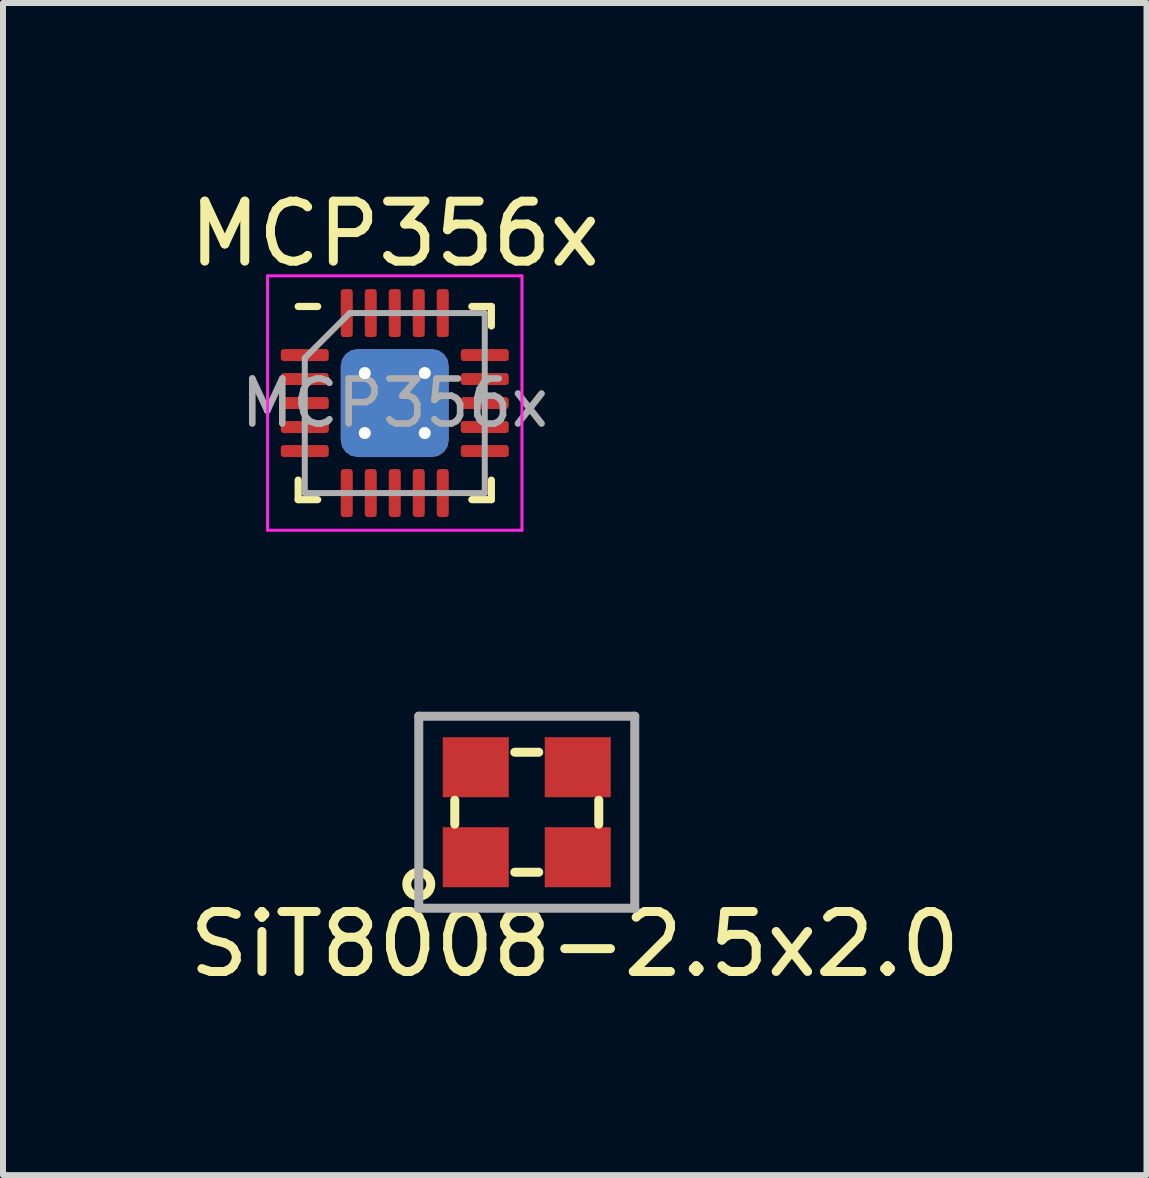
<source format=kicad_pcb>
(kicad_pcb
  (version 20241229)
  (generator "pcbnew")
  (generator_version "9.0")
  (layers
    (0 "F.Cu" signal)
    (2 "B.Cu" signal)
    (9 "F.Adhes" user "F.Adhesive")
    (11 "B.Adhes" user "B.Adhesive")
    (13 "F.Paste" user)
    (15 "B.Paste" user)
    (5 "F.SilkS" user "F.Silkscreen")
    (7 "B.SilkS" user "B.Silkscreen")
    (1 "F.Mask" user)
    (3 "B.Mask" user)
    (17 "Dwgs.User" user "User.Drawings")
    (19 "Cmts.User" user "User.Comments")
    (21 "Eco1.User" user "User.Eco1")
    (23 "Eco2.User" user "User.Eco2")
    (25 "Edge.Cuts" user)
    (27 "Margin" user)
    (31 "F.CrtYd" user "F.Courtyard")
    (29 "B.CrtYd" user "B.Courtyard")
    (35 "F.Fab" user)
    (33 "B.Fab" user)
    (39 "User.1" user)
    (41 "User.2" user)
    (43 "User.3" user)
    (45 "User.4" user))
  (footprint "SiT8008-2.5x2.0"
    (layer "F.Cu")
    (at 5.73 10.488)
    (property "Reference" "SiT8008-2.5x2.0" (at 0.8 2.2 0) (layer "F.SilkS") (effects (font (size 1 1) (thickness 0.15))))
    (attr through_hole)
    (fp_line (start -1.2 0.2) (end -1.2 -0.2) (stroke (width 0.15) (type solid)) (layer "F.SilkS"))
    (fp_line (start -0.2 -1) (end 0.2 -1) (stroke (width 0.15) (type solid)) (layer "F.SilkS"))
    (fp_line (start -0.2 1) (end 0.2 1) (stroke (width 0.15) (type solid)) (layer "F.SilkS"))
    (fp_line (start 1.2 0.2) (end 1.2 -0.2) (stroke (width 0.15) (type solid)) (layer "F.SilkS"))
    (fp_circle (center -1.8 1.2) (end -1.6 1.2) (stroke (width 0.15) (type solid)) (fill no) (layer "F.SilkS"))
    (fp_line (start -1.8 -1.6) (end -1.8 1.6) (stroke (width 0.15) (type solid)) (layer "F.Fab"))
    (fp_line (start -1.8 1.6) (end 1.8 1.6) (stroke (width 0.15) (type solid)) (layer "F.Fab"))
    (fp_line (start 1.8 -1.6) (end -1.8 -1.6) (stroke (width 0.15) (type solid)) (layer "F.Fab"))
    (fp_line (start 1.8 1.6) (end 1.8 -1.6) (stroke (width 0.15) (type solid)) (layer "F.Fab"))
    (pad "1" smd rect (at -0.85 0.75) (size 1.1 1) (layers "F.Cu" "F.Mask" "F.Paste"))
    (pad "2" smd rect (at 0.85 0.75) (size 1.1 1) (layers "F.Cu" "F.Mask" "F.Paste"))
    (pad "3" smd rect (at 0.85 -0.75) (size 1.1 1) (layers "F.Cu" "F.Mask" "F.Paste"))
    (pad "4" smd rect (at -0.85 -0.75) (size 1.1 1) (layers "F.Cu" "F.Mask" "F.Paste")))
  (footprint "MCP356x"
    (layer "F.Cu")
    (at 3.53 3.668)
    (property "Reference" "MCP356x" (at 0 -2.82 0) (layer "F.SilkS") (effects (font (size 1 1) (thickness 0.15))))
    (attr smd)
    (fp_line (start -1.61 1.61) (end -1.61 1.285) (stroke (width 0.12) (type solid)) (layer "F.SilkS"))
    (fp_line (start -1.285 -1.61) (end -1.61 -1.61) (stroke (width 0.12) (type solid)) (layer "F.SilkS"))
    (fp_line (start -1.285 1.61) (end -1.61 1.61) (stroke (width 0.12) (type solid)) (layer "F.SilkS"))
    (fp_line (start 1.285 -1.61) (end 1.61 -1.61) (stroke (width 0.12) (type solid)) (layer "F.SilkS"))
    (fp_line (start 1.285 1.61) (end 1.61 1.61) (stroke (width 0.12) (type solid)) (layer "F.SilkS"))
    (fp_line (start 1.61 -1.61) (end 1.61 -1.285) (stroke (width 0.12) (type solid)) (layer "F.SilkS"))
    (fp_line (start 1.61 1.61) (end 1.61 1.285) (stroke (width 0.12) (type solid)) (layer "F.SilkS"))
    (fp_line (start -2.12 -2.12) (end -2.12 2.12) (stroke (width 0.05) (type solid)) (layer "F.CrtYd"))
    (fp_line (start -2.12 2.12) (end 2.12 2.12) (stroke (width 0.05) (type solid)) (layer "F.CrtYd"))
    (fp_line (start 2.12 -2.12) (end -2.12 -2.12) (stroke (width 0.05) (type solid)) (layer "F.CrtYd"))
    (fp_line (start 2.12 2.12) (end 2.12 -2.12) (stroke (width 0.05) (type solid)) (layer "F.CrtYd"))
    (fp_line (start -1.5 -0.75) (end -0.75 -1.5) (stroke (width 0.1) (type solid)) (layer "F.Fab"))
    (fp_line (start -1.5 1.5) (end -1.5 -0.75) (stroke (width 0.1) (type solid)) (layer "F.Fab"))
    (fp_line (start -0.75 -1.5) (end 1.5 -1.5) (stroke (width 0.1) (type solid)) (layer "F.Fab"))
    (fp_line (start 1.5 -1.5) (end 1.5 1.5) (stroke (width 0.1) (type solid)) (layer "F.Fab"))
    (fp_line (start 1.5 1.5) (end -1.5 1.5) (stroke (width 0.1) (type solid)) (layer "F.Fab"))
    (fp_text user "${REFERENCE}" (at 0 0 0) (layer "F.Fab") (effects (font (size 0.75 0.75) (thickness 0.11))))
    (pad "" smd roundrect (at -0.4 -0.4) (size 0.69 0.69) (layers "F.Paste") (roundrect_rratio 0.25))
    (pad "" smd roundrect (at -0.4 0.4) (size 0.69 0.69) (layers "F.Paste") (roundrect_rratio 0.25))
    (pad "" smd roundrect (at 0.4 -0.4) (size 0.69 0.69) (layers "F.Paste") (roundrect_rratio 0.25))
    (pad "" smd roundrect (at 0.4 0.4) (size 0.69 0.69) (layers "F.Paste") (roundrect_rratio 0.25))
    (pad "1" smd roundrect (at -1.5 -0.8) (size 0.8 0.2) (layers "F.Cu" "F.Mask" "F.Paste") (roundrect_rratio 0.25))
    (pad "2" smd roundrect (at -1.5 -0.4) (size 0.8 0.2) (layers "F.Cu" "F.Mask" "F.Paste") (roundrect_rratio 0.25))
    (pad "3" smd roundrect (at -1.5 0) (size 0.8 0.2) (layers "F.Cu" "F.Mask" "F.Paste") (roundrect_rratio 0.25))
    (pad "4" smd roundrect (at -1.5 0.4) (size 0.8 0.2) (layers "F.Cu" "F.Mask" "F.Paste") (roundrect_rratio 0.25))
    (pad "5" smd roundrect (at -1.5 0.8) (size 0.8 0.2) (layers "F.Cu" "F.Mask" "F.Paste") (roundrect_rratio 0.25))
    (pad "6" smd roundrect (at -0.8 1.5) (size 0.2 0.8) (layers "F.Cu" "F.Mask" "F.Paste") (roundrect_rratio 0.25))
    (pad "7" smd roundrect (at -0.4 1.5) (size 0.2 0.8) (layers "F.Cu" "F.Mask" "F.Paste") (roundrect_rratio 0.25))
    (pad "8" smd roundrect (at 0 1.5) (size 0.2 0.8) (layers "F.Cu" "F.Mask" "F.Paste") (roundrect_rratio 0.25))
    (pad "9" smd roundrect (at 0.4 1.5) (size 0.2 0.8) (layers "F.Cu" "F.Mask" "F.Paste") (roundrect_rratio 0.25))
    (pad "10" smd roundrect (at 0.8 1.5) (size 0.2 0.8) (layers "F.Cu" "F.Mask" "F.Paste") (roundrect_rratio 0.25))
    (pad "11" smd roundrect (at 1.5 0.8) (size 0.8 0.2) (layers "F.Cu" "F.Mask" "F.Paste") (roundrect_rratio 0.25))
    (pad "12" smd roundrect (at 1.5 0.4) (size 0.8 0.2) (layers "F.Cu" "F.Mask" "F.Paste") (roundrect_rratio 0.25))
    (pad "13" smd roundrect (at 1.5 0) (size 0.8 0.2) (layers "F.Cu" "F.Mask" "F.Paste") (roundrect_rratio 0.25))
    (pad "14" smd roundrect (at 1.5 -0.4) (size 0.8 0.2) (layers "F.Cu" "F.Mask" "F.Paste") (roundrect_rratio 0.25))
    (pad "15" smd roundrect (at 1.5 -0.8) (size 0.8 0.2) (layers "F.Cu" "F.Mask" "F.Paste") (roundrect_rratio 0.25))
    (pad "16" smd roundrect (at 0.8 -1.5) (size 0.2 0.8) (layers "F.Cu" "F.Mask" "F.Paste") (roundrect_rratio 0.25))
    (pad "17" smd roundrect (at 0.4 -1.5) (size 0.2 0.8) (layers "F.Cu" "F.Mask" "F.Paste") (roundrect_rratio 0.25))
    (pad "18" smd roundrect (at 0 -1.5) (size 0.2 0.8) (layers "F.Cu" "F.Mask" "F.Paste") (roundrect_rratio 0.25))
    (pad "19" smd roundrect (at -0.4 -1.5) (size 0.2 0.8) (layers "F.Cu" "F.Mask" "F.Paste") (roundrect_rratio 0.25))
    (pad "20" smd roundrect (at -0.8 -1.5) (size 0.2 0.8) (layers "F.Cu" "F.Mask" "F.Paste") (roundrect_rratio 0.25))
    (pad "21" thru_hole circle (at -0.5 -0.5) (size 0.5 0.5) (drill 0.2) (layers "*.Cu"))
    (pad "21" thru_hole circle (at -0.5 0.5) (size 0.5 0.5) (drill 0.2) (layers "*.Cu"))
    (pad "21" smd roundrect (at 0 0) (size 1.8 1.8) (layers "F.Cu" "F.Mask") (roundrect_rratio 0.156))
    (pad "21" smd roundrect (at 0 0) (size 1.8 1.8) (layers "B.Cu") (roundrect_rratio 0.156))
    (pad "21" thru_hole circle (at 0.5 -0.5) (size 0.5 0.5) (drill 0.2) (layers "*.Cu"))
    (pad "21" thru_hole circle (at 0.5 0.5) (size 0.5 0.5) (drill 0.2) (layers "*.Cu")))
  (gr_rect
    (start -3 -3)
    (end 16.06 16.537)
    (stroke (width 0.1) (type default))
    (fill no)
    (layer "Edge.Cuts")))
</source>
